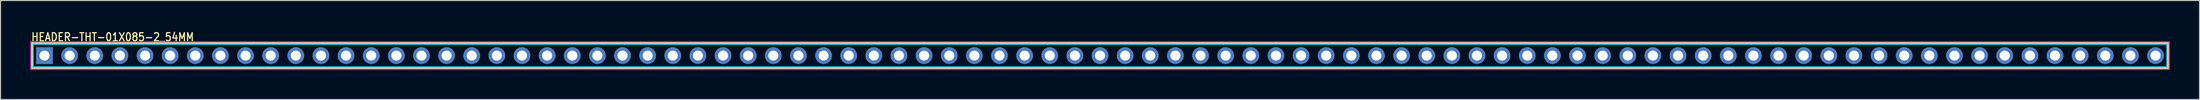
<source format=kicad_pcb>
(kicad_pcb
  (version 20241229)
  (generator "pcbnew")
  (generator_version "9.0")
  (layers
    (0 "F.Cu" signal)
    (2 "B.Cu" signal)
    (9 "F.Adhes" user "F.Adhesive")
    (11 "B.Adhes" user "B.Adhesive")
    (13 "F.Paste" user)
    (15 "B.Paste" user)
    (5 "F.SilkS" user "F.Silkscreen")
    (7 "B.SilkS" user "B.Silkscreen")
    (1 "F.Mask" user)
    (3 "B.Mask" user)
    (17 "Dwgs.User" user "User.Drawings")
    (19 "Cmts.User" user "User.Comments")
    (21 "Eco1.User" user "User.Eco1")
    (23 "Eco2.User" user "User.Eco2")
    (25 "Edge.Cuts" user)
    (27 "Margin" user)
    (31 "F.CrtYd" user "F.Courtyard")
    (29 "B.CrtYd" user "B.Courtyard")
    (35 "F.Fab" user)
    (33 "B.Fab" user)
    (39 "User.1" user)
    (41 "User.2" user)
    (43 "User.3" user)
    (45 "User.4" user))
  (footprint "HEADER-THT-01X085-2_54MM"
    (layer "F.Cu")
    (at 1.447 2.579)
    (property "Reference" "HEADER-THT-01X085-2_54MM" (at -1.4 -1.4 0) (unlocked yes) (layer "F.SilkS") (effects (font (size 0.813 0.695) (thickness 0.122)) (justify left bottom)))
    (fp_line (start -1.27 -1.27) (end -1.27 1.27) (stroke (width 0.127) (type solid)) (layer "F.SilkS"))
    (fp_line (start -1.27 1.27) (end 214.63 1.27) (stroke (width 0.127) (type solid)) (layer "F.SilkS"))
    (fp_line (start 214.63 -1.27) (end -1.27 -1.27) (stroke (width 0.127) (type solid)) (layer "F.SilkS"))
    (fp_line (start 214.63 1.27) (end 214.63 -1.27) (stroke (width 0.127) (type solid)) (layer "F.SilkS"))
    (fp_poly (pts (xy -1.143 -1.143) (xy 214.503 -1.143) (xy 214.503 1.143) (xy -1.143 1.143)) (stroke (width 0.1) (type solid)) (fill no) (layer "B.CrtYd"))
    (fp_poly (pts (xy -1.397 -1.397) (xy 214.757 -1.397) (xy 214.757 1.397) (xy -1.397 1.397)) (stroke (width 0.1) (type solid)) (fill no) (layer "F.CrtYd"))
    (pad "1" thru_hole rect (at 0 0) (size 1.693 1.693) (drill 1.016) (layers "*.Cu" "*.Mask"))
    (pad "2" thru_hole oval (at 2.54 0) (size 1.693 1.693) (drill 1.016) (layers "*.Cu" "*.Mask"))
    (pad "3" thru_hole oval (at 5.08 0) (size 1.693 1.693) (drill 1.016) (layers "*.Cu" "*.Mask"))
    (pad "4" thru_hole oval (at 7.62 0) (size 1.693 1.693) (drill 1.016) (layers "*.Cu" "*.Mask"))
    (pad "5" thru_hole oval (at 10.16 0) (size 1.693 1.693) (drill 1.016) (layers "*.Cu" "*.Mask"))
    (pad "6" thru_hole oval (at 12.7 0) (size 1.693 1.693) (drill 1.016) (layers "*.Cu" "*.Mask"))
    (pad "7" thru_hole oval (at 15.24 0) (size 1.693 1.693) (drill 1.016) (layers "*.Cu" "*.Mask"))
    (pad "8" thru_hole oval (at 17.78 0) (size 1.693 1.693) (drill 1.016) (layers "*.Cu" "*.Mask"))
    (pad "9" thru_hole oval (at 20.32 0) (size 1.693 1.693) (drill 1.016) (layers "*.Cu" "*.Mask"))
    (pad "10" thru_hole oval (at 22.86 0) (size 1.693 1.693) (drill 1.016) (layers "*.Cu" "*.Mask"))
    (pad "11" thru_hole oval (at 25.4 0) (size 1.693 1.693) (drill 1.016) (layers "*.Cu" "*.Mask"))
    (pad "12" thru_hole oval (at 27.94 0) (size 1.693 1.693) (drill 1.016) (layers "*.Cu" "*.Mask"))
    (pad "13" thru_hole oval (at 30.48 0) (size 1.693 1.693) (drill 1.016) (layers "*.Cu" "*.Mask"))
    (pad "14" thru_hole oval (at 33.02 0) (size 1.693 1.693) (drill 1.016) (layers "*.Cu" "*.Mask"))
    (pad "15" thru_hole oval (at 35.56 0) (size 1.693 1.693) (drill 1.016) (layers "*.Cu" "*.Mask"))
    (pad "16" thru_hole oval (at 38.1 0) (size 1.693 1.693) (drill 1.016) (layers "*.Cu" "*.Mask"))
    (pad "17" thru_hole oval (at 40.64 0) (size 1.693 1.693) (drill 1.016) (layers "*.Cu" "*.Mask"))
    (pad "18" thru_hole oval (at 43.18 0) (size 1.693 1.693) (drill 1.016) (layers "*.Cu" "*.Mask"))
    (pad "19" thru_hole oval (at 45.72 0) (size 1.693 1.693) (drill 1.016) (layers "*.Cu" "*.Mask"))
    (pad "20" thru_hole oval (at 48.26 0) (size 1.693 1.693) (drill 1.016) (layers "*.Cu" "*.Mask"))
    (pad "21" thru_hole oval (at 50.8 0) (size 1.693 1.693) (drill 1.016) (layers "*.Cu" "*.Mask"))
    (pad "22" thru_hole oval (at 53.34 0) (size 1.693 1.693) (drill 1.016) (layers "*.Cu" "*.Mask"))
    (pad "23" thru_hole oval (at 55.88 0) (size 1.693 1.693) (drill 1.016) (layers "*.Cu" "*.Mask"))
    (pad "24" thru_hole oval (at 58.42 0) (size 1.693 1.693) (drill 1.016) (layers "*.Cu" "*.Mask"))
    (pad "25" thru_hole oval (at 60.96 0) (size 1.693 1.693) (drill 1.016) (layers "*.Cu" "*.Mask"))
    (pad "26" thru_hole oval (at 63.5 0) (size 1.693 1.693) (drill 1.016) (layers "*.Cu" "*.Mask"))
    (pad "27" thru_hole oval (at 66.04 0) (size 1.693 1.693) (drill 1.016) (layers "*.Cu" "*.Mask"))
    (pad "28" thru_hole oval (at 68.58 0) (size 1.693 1.693) (drill 1.016) (layers "*.Cu" "*.Mask"))
    (pad "29" thru_hole oval (at 71.12 0) (size 1.693 1.693) (drill 1.016) (layers "*.Cu" "*.Mask"))
    (pad "30" thru_hole oval (at 73.66 0) (size 1.693 1.693) (drill 1.016) (layers "*.Cu" "*.Mask"))
    (pad "31" thru_hole oval (at 76.2 0) (size 1.693 1.693) (drill 1.016) (layers "*.Cu" "*.Mask"))
    (pad "32" thru_hole oval (at 78.74 0) (size 1.693 1.693) (drill 1.016) (layers "*.Cu" "*.Mask"))
    (pad "33" thru_hole oval (at 81.28 0) (size 1.693 1.693) (drill 1.016) (layers "*.Cu" "*.Mask"))
    (pad "34" thru_hole oval (at 83.82 0) (size 1.693 1.693) (drill 1.016) (layers "*.Cu" "*.Mask"))
    (pad "35" thru_hole oval (at 86.36 0) (size 1.693 1.693) (drill 1.016) (layers "*.Cu" "*.Mask"))
    (pad "36" thru_hole oval (at 88.9 0) (size 1.693 1.693) (drill 1.016) (layers "*.Cu" "*.Mask"))
    (pad "37" thru_hole oval (at 91.44 0) (size 1.693 1.693) (drill 1.016) (layers "*.Cu" "*.Mask"))
    (pad "38" thru_hole oval (at 93.98 0) (size 1.693 1.693) (drill 1.016) (layers "*.Cu" "*.Mask"))
    (pad "39" thru_hole oval (at 96.52 0) (size 1.693 1.693) (drill 1.016) (layers "*.Cu" "*.Mask"))
    (pad "40" thru_hole oval (at 99.06 0) (size 1.693 1.693) (drill 1.016) (layers "*.Cu" "*.Mask"))
    (pad "41" thru_hole oval (at 101.6 0) (size 1.693 1.693) (drill 1.016) (layers "*.Cu" "*.Mask"))
    (pad "42" thru_hole oval (at 104.14 0) (size 1.693 1.693) (drill 1.016) (layers "*.Cu" "*.Mask"))
    (pad "43" thru_hole oval (at 106.68 0) (size 1.693 1.693) (drill 1.016) (layers "*.Cu" "*.Mask"))
    (pad "44" thru_hole oval (at 109.22 0) (size 1.693 1.693) (drill 1.016) (layers "*.Cu" "*.Mask"))
    (pad "45" thru_hole oval (at 111.76 0) (size 1.693 1.693) (drill 1.016) (layers "*.Cu" "*.Mask"))
    (pad "46" thru_hole oval (at 114.3 0) (size 1.693 1.693) (drill 1.016) (layers "*.Cu" "*.Mask"))
    (pad "47" thru_hole oval (at 116.84 0) (size 1.693 1.693) (drill 1.016) (layers "*.Cu" "*.Mask"))
    (pad "48" thru_hole oval (at 119.38 0) (size 1.693 1.693) (drill 1.016) (layers "*.Cu" "*.Mask"))
    (pad "49" thru_hole oval (at 121.92 0) (size 1.693 1.693) (drill 1.016) (layers "*.Cu" "*.Mask"))
    (pad "50" thru_hole oval (at 124.46 0) (size 1.693 1.693) (drill 1.016) (layers "*.Cu" "*.Mask"))
    (pad "51" thru_hole oval (at 127 0) (size 1.693 1.693) (drill 1.016) (layers "*.Cu" "*.Mask"))
    (pad "52" thru_hole oval (at 129.54 0) (size 1.693 1.693) (drill 1.016) (layers "*.Cu" "*.Mask"))
    (pad "53" thru_hole oval (at 132.08 0) (size 1.693 1.693) (drill 1.016) (layers "*.Cu" "*.Mask"))
    (pad "54" thru_hole oval (at 134.62 0) (size 1.693 1.693) (drill 1.016) (layers "*.Cu" "*.Mask"))
    (pad "55" thru_hole oval (at 137.16 0) (size 1.693 1.693) (drill 1.016) (layers "*.Cu" "*.Mask"))
    (pad "56" thru_hole oval (at 139.7 0) (size 1.693 1.693) (drill 1.016) (layers "*.Cu" "*.Mask"))
    (pad "57" thru_hole oval (at 142.24 0) (size 1.693 1.693) (drill 1.016) (layers "*.Cu" "*.Mask"))
    (pad "58" thru_hole oval (at 144.78 0) (size 1.693 1.693) (drill 1.016) (layers "*.Cu" "*.Mask"))
    (pad "59" thru_hole oval (at 147.32 0) (size 1.693 1.693) (drill 1.016) (layers "*.Cu" "*.Mask"))
    (pad "60" thru_hole oval (at 149.86 0) (size 1.693 1.693) (drill 1.016) (layers "*.Cu" "*.Mask"))
    (pad "61" thru_hole oval (at 152.4 0) (size 1.693 1.693) (drill 1.016) (layers "*.Cu" "*.Mask"))
    (pad "62" thru_hole oval (at 154.94 0) (size 1.693 1.693) (drill 1.016) (layers "*.Cu" "*.Mask"))
    (pad "63" thru_hole oval (at 157.48 0) (size 1.693 1.693) (drill 1.016) (layers "*.Cu" "*.Mask"))
    (pad "64" thru_hole oval (at 160.02 0) (size 1.693 1.693) (drill 1.016) (layers "*.Cu" "*.Mask"))
    (pad "65" thru_hole oval (at 162.56 0) (size 1.693 1.693) (drill 1.016) (layers "*.Cu" "*.Mask"))
    (pad "66" thru_hole oval (at 165.1 0) (size 1.693 1.693) (drill 1.016) (layers "*.Cu" "*.Mask"))
    (pad "67" thru_hole oval (at 167.64 0) (size 1.693 1.693) (drill 1.016) (layers "*.Cu" "*.Mask"))
    (pad "68" thru_hole oval (at 170.18 0) (size 1.693 1.693) (drill 1.016) (layers "*.Cu" "*.Mask"))
    (pad "69" thru_hole oval (at 172.72 0) (size 1.693 1.693) (drill 1.016) (layers "*.Cu" "*.Mask"))
    (pad "70" thru_hole oval (at 175.26 0) (size 1.693 1.693) (drill 1.016) (layers "*.Cu" "*.Mask"))
    (pad "71" thru_hole oval (at 177.8 0) (size 1.693 1.693) (drill 1.016) (layers "*.Cu" "*.Mask"))
    (pad "72" thru_hole oval (at 180.34 0) (size 1.693 1.693) (drill 1.016) (layers "*.Cu" "*.Mask"))
    (pad "73" thru_hole oval (at 182.88 0) (size 1.693 1.693) (drill 1.016) (layers "*.Cu" "*.Mask"))
    (pad "74" thru_hole oval (at 185.42 0) (size 1.693 1.693) (drill 1.016) (layers "*.Cu" "*.Mask"))
    (pad "75" thru_hole oval (at 187.96 0) (size 1.693 1.693) (drill 1.016) (layers "*.Cu" "*.Mask"))
    (pad "76" thru_hole oval (at 190.5 0) (size 1.693 1.693) (drill 1.016) (layers "*.Cu" "*.Mask"))
    (pad "77" thru_hole oval (at 193.04 0) (size 1.693 1.693) (drill 1.016) (layers "*.Cu" "*.Mask"))
    (pad "78" thru_hole oval (at 195.58 0) (size 1.693 1.693) (drill 1.016) (layers "*.Cu" "*.Mask"))
    (pad "79" thru_hole oval (at 198.12 0) (size 1.693 1.693) (drill 1.016) (layers "*.Cu" "*.Mask"))
    (pad "80" thru_hole oval (at 200.66 0) (size 1.693 1.693) (drill 1.016) (layers "*.Cu" "*.Mask"))
    (pad "81" thru_hole oval (at 203.2 0) (size 1.693 1.693) (drill 1.016) (layers "*.Cu" "*.Mask"))
    (pad "82" thru_hole oval (at 205.74 0) (size 1.693 1.693) (drill 1.016) (layers "*.Cu" "*.Mask"))
    (pad "83" thru_hole oval (at 208.28 0) (size 1.693 1.693) (drill 1.016) (layers "*.Cu" "*.Mask"))
    (pad "84" thru_hole oval (at 210.82 0) (size 1.693 1.693) (drill 1.016) (layers "*.Cu" "*.Mask"))
    (pad "85" thru_hole oval (at 213.36 0) (size 1.693 1.693) (drill 1.016) (layers "*.Cu" "*.Mask")))
  (gr_rect
    (start -3 -3)
    (end 219.254 7.026)
    (stroke (width 0.1) (type default))
    (fill no)
    (layer "Edge.Cuts")))
</source>
